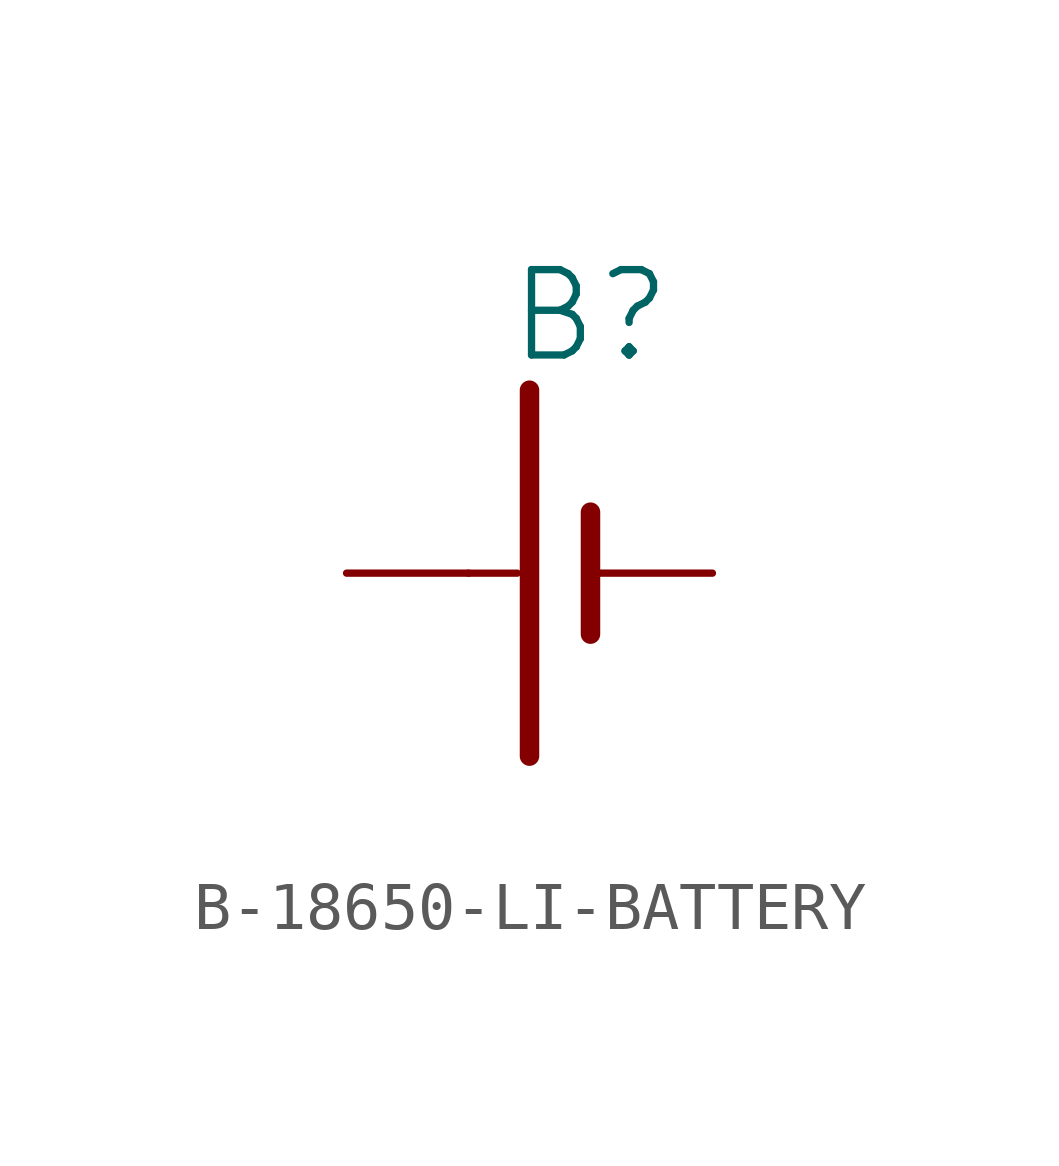
<source format=kicad_sym>
(kicad_symbol_lib
  (version 20241209)
  (generator "kicad_symbol_editor")
  (generator_version "9.0")
  (symbol "B-18650-LI-BATTERY"
    (property "Reference" "B"
      (at 0 4.318 0)
      (effects (font (size 1.778 1.778)) (justify bottom)))
    (property "Value" ""
      (at 0 -4.318 0)
      (effects (font (size 1.778 1.778)) (justify top)))
    (property "ki_locked" ""
      (at 0 0 0)
      (effects (font (size 1.27 1.27))))
    (symbol "B-18650-LI-BATTERY_1_0"
      (polyline (pts (xy -2.54 0) (xy -1.524 0)) (stroke (width 0.152) (type solid)) (fill (type none)))
      (polyline (pts (xy -1.27 3.81) (xy -1.27 -3.81)) (stroke (width 0.406) (type solid)) (fill (type none)))
      (polyline (pts (xy 0 1.27) (xy 0 -1.27)) (stroke (width 0.406) (type solid)) (fill (type none)))
      (pin power_in line (at -5.08 0 0) (length 2.54) (name "POS" (effects (font (size 0 0)))) (number "1" (effects (font (size 0 0)))))
      (pin power_in line (at 2.54 0 180) (length 2.54) (name "NEG" (effects (font (size 0 0)))) (number "2" (effects (font (size 0 0))))))))
</source>
